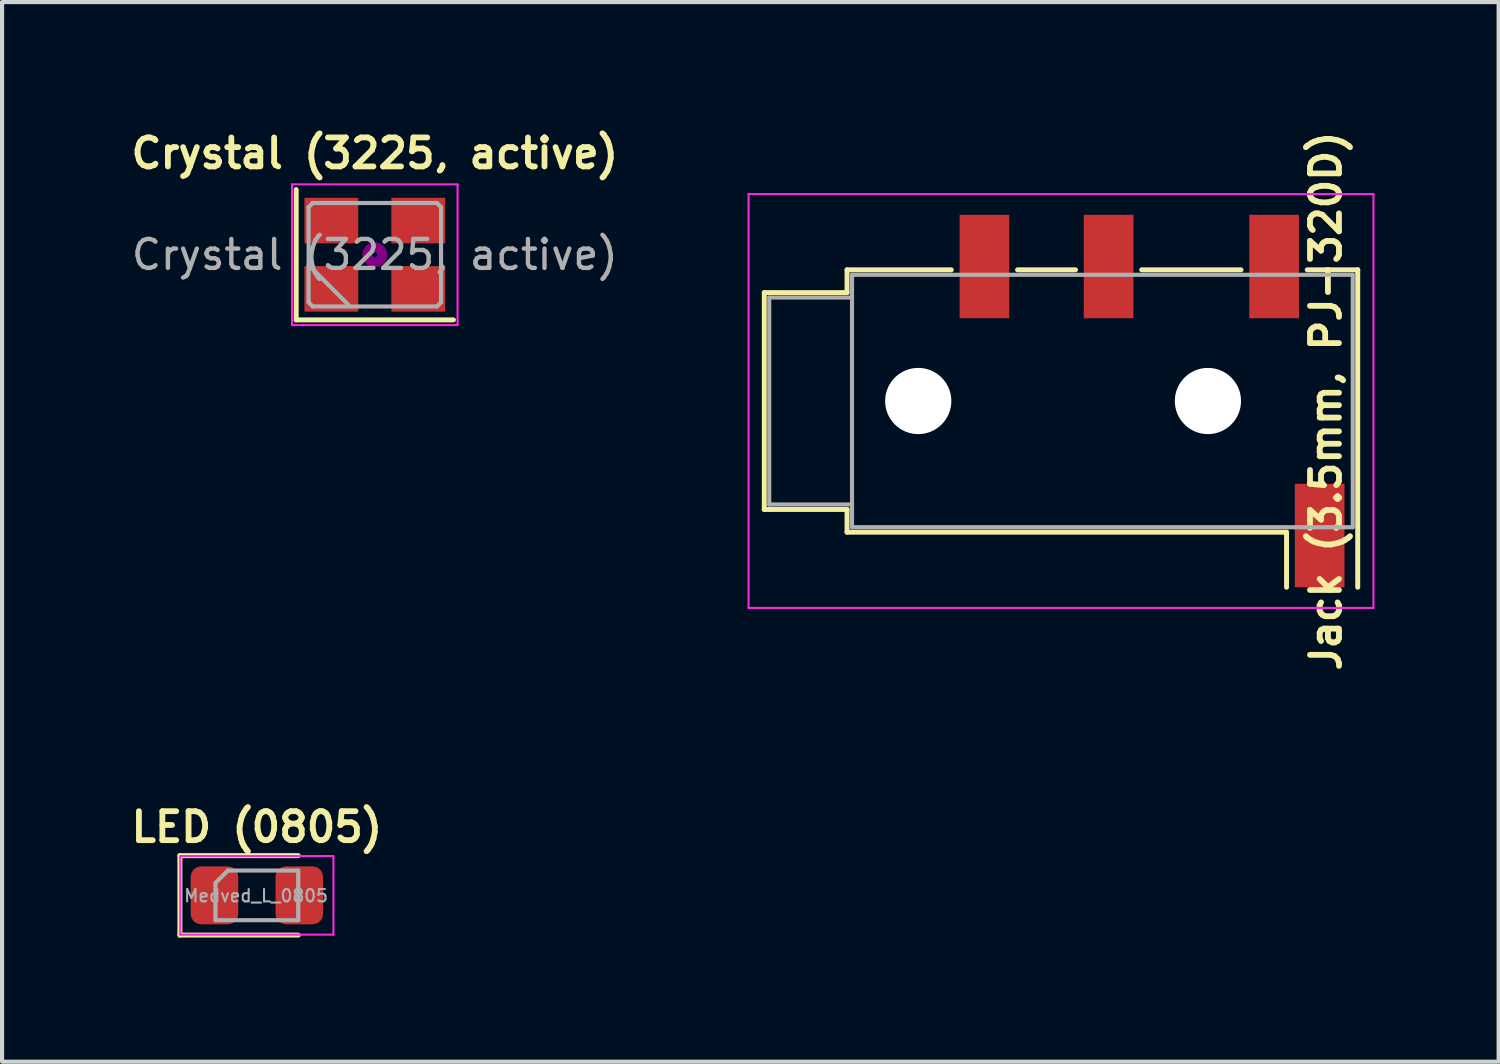
<source format=kicad_pcb>
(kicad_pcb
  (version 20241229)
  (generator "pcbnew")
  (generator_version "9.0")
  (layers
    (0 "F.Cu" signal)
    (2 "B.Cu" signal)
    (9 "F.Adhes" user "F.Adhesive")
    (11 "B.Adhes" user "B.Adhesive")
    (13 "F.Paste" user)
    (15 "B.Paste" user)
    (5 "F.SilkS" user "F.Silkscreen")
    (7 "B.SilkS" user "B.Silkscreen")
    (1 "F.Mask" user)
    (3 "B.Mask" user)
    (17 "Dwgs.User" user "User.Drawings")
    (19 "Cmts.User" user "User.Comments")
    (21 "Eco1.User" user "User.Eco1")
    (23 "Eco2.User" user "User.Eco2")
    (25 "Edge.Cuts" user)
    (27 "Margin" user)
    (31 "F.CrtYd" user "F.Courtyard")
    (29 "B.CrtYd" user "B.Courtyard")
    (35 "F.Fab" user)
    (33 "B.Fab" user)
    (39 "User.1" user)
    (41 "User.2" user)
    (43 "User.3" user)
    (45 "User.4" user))
  (footprint "Jack (3.5mm, PJ-320D)"
    (layer "F.Cu")
    (at 23.888 6.64)
    (property "Reference" "Jack (3.5mm, PJ-320D)" (at 5.1 0 90) (unlocked yes) (layer "F.SilkS") (effects (font (size 0.7 0.7) (thickness 0.14) (bold yes))))
    (attr smd)
    (fp_line (start -8.47 -2.62) (end -6.47 -2.62) (stroke (width 0.12) (type solid)) (layer "F.SilkS"))
    (fp_line (start -8.47 2.62) (end -8.47 -2.62) (stroke (width 0.12) (type solid)) (layer "F.SilkS"))
    (fp_line (start -6.47 -3.17) (end -3.95 -3.17) (stroke (width 0.12) (type solid)) (layer "F.SilkS"))
    (fp_line (start -6.47 -2.62) (end -6.47 -3.17) (stroke (width 0.12) (type solid)) (layer "F.SilkS"))
    (fp_line (start -6.47 2.62) (end -8.47 2.62) (stroke (width 0.12) (type solid)) (layer "F.SilkS"))
    (fp_line (start -6.47 3.17) (end -6.47 2.62) (stroke (width 0.12) (type solid)) (layer "F.SilkS"))
    (fp_line (start -2.35 -3.17) (end -0.95 -3.17) (stroke (width 0.12) (type solid)) (layer "F.SilkS"))
    (fp_line (start 0.65 -3.17) (end 3.05 -3.17) (stroke (width 0.12) (type solid)) (layer "F.SilkS"))
    (fp_line (start 4.15 3.17) (end -6.47 3.17) (stroke (width 0.12) (type solid)) (layer "F.SilkS"))
    (fp_line (start 4.15 4.5) (end 4.15 3.17) (stroke (width 0.12) (type solid)) (layer "F.SilkS"))
    (fp_line (start 5.87 -3.17) (end 4.65 -3.17) (stroke (width 0.12) (type solid)) (layer "F.SilkS"))
    (fp_line (start 5.87 -3.17) (end 5.87 4.5) (stroke (width 0.12) (type solid)) (layer "F.SilkS"))
    (fp_line (start -8.85 -5) (end -8.85 5) (stroke (width 0.05) (type solid)) (layer "F.CrtYd"))
    (fp_line (start -8.85 5) (end 6.25 5) (stroke (width 0.05) (type solid)) (layer "F.CrtYd"))
    (fp_line (start 6.25 -5) (end -8.85 -5) (stroke (width 0.05) (type solid)) (layer "F.CrtYd"))
    (fp_line (start 6.25 5) (end 6.25 -5) (stroke (width 0.05) (type solid)) (layer "F.CrtYd"))
    (fp_line (start -8.35 -2.5) (end -6.35 -2.5) (stroke (width 0.1) (type solid)) (layer "F.Fab"))
    (fp_line (start -8.35 2.5) (end -8.35 -2.5) (stroke (width 0.1) (type solid)) (layer "F.Fab"))
    (fp_line (start -6.35 -3.05) (end 5.75 -3.05) (stroke (width 0.1) (type solid)) (layer "F.Fab"))
    (fp_line (start -6.35 2.5) (end -8.35 2.5) (stroke (width 0.1) (type solid)) (layer "F.Fab"))
    (fp_line (start -6.35 3.05) (end -6.35 -3.05) (stroke (width 0.1) (type solid)) (layer "F.Fab"))
    (fp_line (start 5.75 -3.05) (end 5.75 3.05) (stroke (width 0.1) (type solid)) (layer "F.Fab"))
    (fp_line (start 5.75 3.05) (end -6.35 3.05) (stroke (width 0.1) (type solid)) (layer "F.Fab"))
    (pad "" np_thru_hole circle (at -4.75 0) (size 1.6 1.6) (drill 1.6) (layers "*.Cu" "*.Mask"))
    (pad "" np_thru_hole circle (at 2.25 0) (size 1.6 1.6) (drill 1.6) (layers "*.Cu" "*.Mask"))
    (pad "R" smd rect (at -0.15 -3.25) (size 1.2 2.5) (layers "F.Cu" "F.Mask" "F.Paste"))
    (pad "RN" smd rect (at -3.15 -3.25) (size 1.2 2.5) (layers "F.Cu" "F.Mask" "F.Paste"))
    (pad "S" smd rect (at 4.95 3.25) (size 1.2 2.5) (layers "F.Cu" "F.Mask" "F.Paste"))
    (pad "T" smd rect (at 3.85 -3.25) (size 1.2 2.5) (layers "F.Cu" "F.Mask" "F.Paste")))
  (footprint "Crystal (3225, active)"
    (layer "F.Cu")
    (at 6.007 3.105)
    (property "Reference" "Crystal (3225, active)" (at 0 -2.45 0) (layer "F.SilkS") (effects (font (size 0.7 0.7) (thickness 0.14) (bold yes))))
    (attr smd)
    (fp_line (start -1.9 -1.575) (end -1.9 1.575) (stroke (width 0.12) (type solid)) (layer "F.SilkS"))
    (fp_line (start -1.9 1.575) (end 1.9 1.575) (stroke (width 0.12) (type solid)) (layer "F.SilkS"))
    (fp_circle (center 0 0) (end 0.058 0) (stroke (width 0.117) (type solid)) (fill no) (layer "F.Adhes"))
    (fp_circle (center 0 0) (end 0.133 0) (stroke (width 0.083) (type solid)) (fill no) (layer "F.Adhes"))
    (fp_circle (center 0 0) (end 0.208 0) (stroke (width 0.083) (type solid)) (fill no) (layer "F.Adhes"))
    (fp_circle (center 0 0) (end 0.25 0) (stroke (width 0.1) (type solid)) (fill no) (layer "F.Adhes"))
    (fp_line (start -2 -1.7) (end -2 1.7) (stroke (width 0.05) (type solid)) (layer "F.CrtYd"))
    (fp_line (start -2 1.7) (end 2 1.7) (stroke (width 0.05) (type solid)) (layer "F.CrtYd"))
    (fp_line (start 2 -1.7) (end -2 -1.7) (stroke (width 0.05) (type solid)) (layer "F.CrtYd"))
    (fp_line (start 2 1.7) (end 2 -1.7) (stroke (width 0.05) (type solid)) (layer "F.CrtYd"))
    (fp_line (start -1.6 -1.15) (end -1.5 -1.25) (stroke (width 0.1) (type solid)) (layer "F.Fab"))
    (fp_line (start -1.6 0.25) (end -0.6 1.25) (stroke (width 0.1) (type solid)) (layer "F.Fab"))
    (fp_line (start -1.6 1.15) (end -1.6 -1.15) (stroke (width 0.1) (type solid)) (layer "F.Fab"))
    (fp_line (start -1.5 -1.25) (end 1.5 -1.25) (stroke (width 0.1) (type solid)) (layer "F.Fab"))
    (fp_line (start -1.5 1.25) (end -1.6 1.15) (stroke (width 0.1) (type solid)) (layer "F.Fab"))
    (fp_line (start 1.5 -1.25) (end 1.6 -1.15) (stroke (width 0.1) (type solid)) (layer "F.Fab"))
    (fp_line (start 1.5 1.25) (end -1.5 1.25) (stroke (width 0.1) (type solid)) (layer "F.Fab"))
    (fp_line (start 1.6 -1.15) (end 1.6 1.15) (stroke (width 0.1) (type solid)) (layer "F.Fab"))
    (fp_line (start 1.6 1.15) (end 1.5 1.25) (stroke (width 0.1) (type solid)) (layer "F.Fab"))
    (fp_text user "${REFERENCE}" (at 0 0 0) (layer "F.Fab") (effects (font (size 0.7 0.7) (thickness 0.105))))
    (pad "1" smd rect (at -1.05 0.825) (size 1.3 1.1) (layers "F.Cu" "F.Mask" "F.Paste"))
    (pad "2" smd rect (at 1.05 0.825) (size 1.3 1.1) (layers "F.Cu" "F.Mask" "F.Paste"))
    (pad "3" smd rect (at 1.05 -0.825) (size 1.3 1.1) (layers "F.Cu" "F.Mask" "F.Paste"))
    (pad "4" smd rect (at -1.05 -0.825) (size 1.3 1.1) (layers "F.Cu" "F.Mask" "F.Paste")))
  (footprint "LED (0805)"
    (layer "F.Cu")
    (at 3.157 18.585)
    (property "Reference" "LED (0805)" (at 0 -1.65 0) (layer "F.SilkS") (effects (font (size 0.7 0.7) (thickness 0.14) (bold yes))))
    (property "Value" "Medved_L_0805" (at 0 1.65 0) (layer "F.Fab") (hide yes) (effects (font (size 1 1) (thickness 0.15))))
    (attr smd)
    (fp_line (start -1.86 -0.96) (end -1.86 0.96) (stroke (width 0.12) (type solid)) (layer "F.SilkS"))
    (fp_line (start -1.86 0.96) (end 1 0.96) (stroke (width 0.12) (type solid)) (layer "F.SilkS"))
    (fp_line (start 1 -0.96) (end -1.86 -0.96) (stroke (width 0.12) (type solid)) (layer "F.SilkS"))
    (fp_line (start -1.85 -0.95) (end 1.85 -0.95) (stroke (width 0.05) (type solid)) (layer "F.CrtYd"))
    (fp_line (start -1.85 0.95) (end -1.85 -0.95) (stroke (width 0.05) (type solid)) (layer "F.CrtYd"))
    (fp_line (start 1.85 -0.95) (end 1.85 0.95) (stroke (width 0.05) (type solid)) (layer "F.CrtYd"))
    (fp_line (start 1.85 0.95) (end -1.85 0.95) (stroke (width 0.05) (type solid)) (layer "F.CrtYd"))
    (fp_line (start -1 -0.3) (end -1 0.6) (stroke (width 0.1) (type solid)) (layer "F.Fab"))
    (fp_line (start -1 0.6) (end 1 0.6) (stroke (width 0.1) (type solid)) (layer "F.Fab"))
    (fp_line (start -0.7 -0.6) (end -1 -0.3) (stroke (width 0.1) (type solid)) (layer "F.Fab"))
    (fp_line (start 1 -0.6) (end -0.7 -0.6) (stroke (width 0.1) (type solid)) (layer "F.Fab"))
    (fp_line (start 1 0.6) (end 1 -0.6) (stroke (width 0.1) (type solid)) (layer "F.Fab"))
    (fp_text user "${VALUE}" (at -0.02 0.01 0) (layer "F.Fab") (effects (font (size 0.3 0.3) (thickness 0.05) (bold yes))))
    (pad "1" smd roundrect (at -1.025 0) (size 1.15 1.4) (layers "F.Cu" "F.Mask" "F.Paste") (roundrect_rratio 0.217))
    (pad "2" smd roundrect (at 1.025 0) (size 1.15 1.4) (layers "F.Cu" "F.Mask" "F.Paste") (roundrect_rratio 0.217)))
  (gr_rect
    (start -3 -3)
    (end 33.163 22.605)
    (stroke (width 0.1) (type default))
    (fill no)
    (layer "Edge.Cuts")))
</source>
